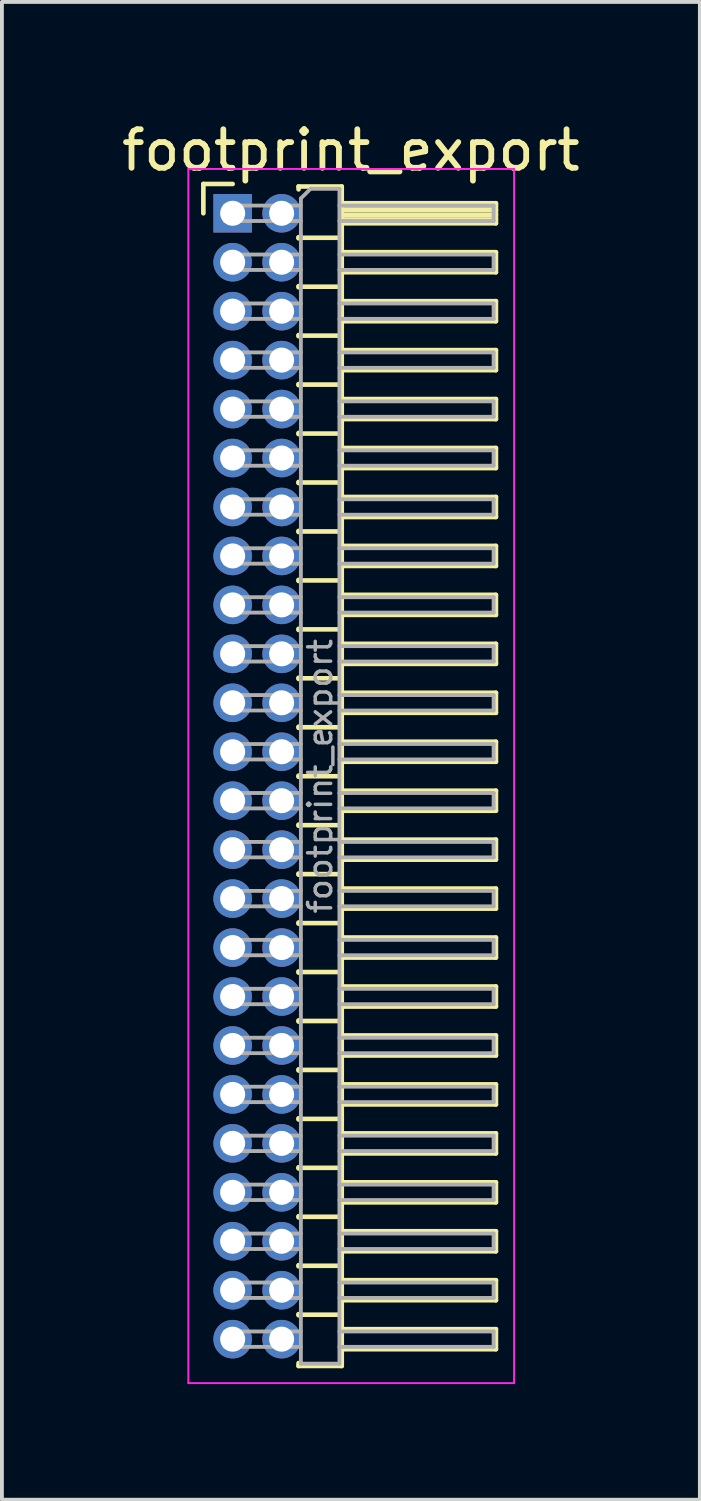
<source format=kicad_pcb>
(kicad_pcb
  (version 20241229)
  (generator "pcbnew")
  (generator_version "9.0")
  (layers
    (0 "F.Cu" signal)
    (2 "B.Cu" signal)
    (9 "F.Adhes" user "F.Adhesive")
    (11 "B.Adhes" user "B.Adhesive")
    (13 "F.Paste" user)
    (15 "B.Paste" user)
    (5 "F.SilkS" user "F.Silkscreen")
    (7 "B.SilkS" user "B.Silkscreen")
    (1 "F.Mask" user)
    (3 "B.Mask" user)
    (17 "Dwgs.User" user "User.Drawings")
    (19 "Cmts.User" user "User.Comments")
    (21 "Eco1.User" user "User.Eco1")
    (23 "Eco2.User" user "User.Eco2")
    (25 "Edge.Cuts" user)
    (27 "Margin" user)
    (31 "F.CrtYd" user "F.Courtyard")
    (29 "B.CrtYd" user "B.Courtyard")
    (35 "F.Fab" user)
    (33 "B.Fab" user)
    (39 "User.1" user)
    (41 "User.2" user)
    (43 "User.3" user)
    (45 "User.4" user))
  (footprint "footprint_export"
    (layer "F.Cu")
    (at 2.986 2.483)
    (property "Reference" "footprint_export" (at 3.067 -1.635 0) (layer "F.SilkS") (effects (font (size 1 1) (thickness 0.15))))
    (attr through_hole)
    (fp_line (start -0.76 -0.76) (end 0 -0.76) (stroke (width 0.12) (type solid)) (layer "F.SilkS"))
    (fp_line (start -0.76 0) (end -0.76 -0.76) (stroke (width 0.12) (type solid)) (layer "F.SilkS"))
    (fp_line (start 1.71 -0.695) (end 2.83 -0.695) (stroke (width 0.12) (type solid)) (layer "F.SilkS"))
    (fp_line (start 1.71 -0.62) (end 1.71 -0.695) (stroke (width 0.12) (type solid)) (layer "F.SilkS"))
    (fp_line (start 1.71 0.62) (end 1.71 0.65) (stroke (width 0.12) (type solid)) (layer "F.SilkS"))
    (fp_line (start 1.71 0.635) (end 2.83 0.635) (stroke (width 0.12) (type solid)) (layer "F.SilkS"))
    (fp_line (start 1.71 1.89) (end 1.71 1.92) (stroke (width 0.12) (type solid)) (layer "F.SilkS"))
    (fp_line (start 1.71 1.905) (end 2.83 1.905) (stroke (width 0.12) (type solid)) (layer "F.SilkS"))
    (fp_line (start 1.71 3.16) (end 1.71 3.19) (stroke (width 0.12) (type solid)) (layer "F.SilkS"))
    (fp_line (start 1.71 3.175) (end 2.83 3.175) (stroke (width 0.12) (type solid)) (layer "F.SilkS"))
    (fp_line (start 1.71 4.43) (end 1.71 4.46) (stroke (width 0.12) (type solid)) (layer "F.SilkS"))
    (fp_line (start 1.71 4.445) (end 2.83 4.445) (stroke (width 0.12) (type solid)) (layer "F.SilkS"))
    (fp_line (start 1.71 5.7) (end 1.71 5.73) (stroke (width 0.12) (type solid)) (layer "F.SilkS"))
    (fp_line (start 1.71 5.715) (end 2.83 5.715) (stroke (width 0.12) (type solid)) (layer "F.SilkS"))
    (fp_line (start 1.71 6.97) (end 1.71 7) (stroke (width 0.12) (type solid)) (layer "F.SilkS"))
    (fp_line (start 1.71 6.985) (end 2.83 6.985) (stroke (width 0.12) (type solid)) (layer "F.SilkS"))
    (fp_line (start 1.71 8.24) (end 1.71 8.27) (stroke (width 0.12) (type solid)) (layer "F.SilkS"))
    (fp_line (start 1.71 8.255) (end 2.83 8.255) (stroke (width 0.12) (type solid)) (layer "F.SilkS"))
    (fp_line (start 1.71 9.51) (end 1.71 9.54) (stroke (width 0.12) (type solid)) (layer "F.SilkS"))
    (fp_line (start 1.71 9.525) (end 2.83 9.525) (stroke (width 0.12) (type solid)) (layer "F.SilkS"))
    (fp_line (start 1.71 10.78) (end 1.71 10.81) (stroke (width 0.12) (type solid)) (layer "F.SilkS"))
    (fp_line (start 1.71 10.795) (end 2.83 10.795) (stroke (width 0.12) (type solid)) (layer "F.SilkS"))
    (fp_line (start 1.71 12.05) (end 1.71 12.08) (stroke (width 0.12) (type solid)) (layer "F.SilkS"))
    (fp_line (start 1.71 12.065) (end 2.83 12.065) (stroke (width 0.12) (type solid)) (layer "F.SilkS"))
    (fp_line (start 1.71 13.32) (end 1.71 13.35) (stroke (width 0.12) (type solid)) (layer "F.SilkS"))
    (fp_line (start 1.71 13.335) (end 2.83 13.335) (stroke (width 0.12) (type solid)) (layer "F.SilkS"))
    (fp_line (start 1.71 14.59) (end 1.71 14.62) (stroke (width 0.12) (type solid)) (layer "F.SilkS"))
    (fp_line (start 1.71 14.605) (end 2.83 14.605) (stroke (width 0.12) (type solid)) (layer "F.SilkS"))
    (fp_line (start 1.71 15.86) (end 1.71 15.89) (stroke (width 0.12) (type solid)) (layer "F.SilkS"))
    (fp_line (start 1.71 15.875) (end 2.83 15.875) (stroke (width 0.12) (type solid)) (layer "F.SilkS"))
    (fp_line (start 1.71 17.13) (end 1.71 17.16) (stroke (width 0.12) (type solid)) (layer "F.SilkS"))
    (fp_line (start 1.71 17.145) (end 2.83 17.145) (stroke (width 0.12) (type solid)) (layer "F.SilkS"))
    (fp_line (start 1.71 18.4) (end 1.71 18.43) (stroke (width 0.12) (type solid)) (layer "F.SilkS"))
    (fp_line (start 1.71 18.415) (end 2.83 18.415) (stroke (width 0.12) (type solid)) (layer "F.SilkS"))
    (fp_line (start 1.71 19.67) (end 1.71 19.7) (stroke (width 0.12) (type solid)) (layer "F.SilkS"))
    (fp_line (start 1.71 19.685) (end 2.83 19.685) (stroke (width 0.12) (type solid)) (layer "F.SilkS"))
    (fp_line (start 1.71 20.94) (end 1.71 20.97) (stroke (width 0.12) (type solid)) (layer "F.SilkS"))
    (fp_line (start 1.71 20.955) (end 2.83 20.955) (stroke (width 0.12) (type solid)) (layer "F.SilkS"))
    (fp_line (start 1.71 22.21) (end 1.71 22.24) (stroke (width 0.12) (type solid)) (layer "F.SilkS"))
    (fp_line (start 1.71 22.225) (end 2.83 22.225) (stroke (width 0.12) (type solid)) (layer "F.SilkS"))
    (fp_line (start 1.71 23.48) (end 1.71 23.51) (stroke (width 0.12) (type solid)) (layer "F.SilkS"))
    (fp_line (start 1.71 23.495) (end 2.83 23.495) (stroke (width 0.12) (type solid)) (layer "F.SilkS"))
    (fp_line (start 1.71 24.75) (end 1.71 24.78) (stroke (width 0.12) (type solid)) (layer "F.SilkS"))
    (fp_line (start 1.71 24.765) (end 2.83 24.765) (stroke (width 0.12) (type solid)) (layer "F.SilkS"))
    (fp_line (start 1.71 26.02) (end 1.71 26.05) (stroke (width 0.12) (type solid)) (layer "F.SilkS"))
    (fp_line (start 1.71 26.035) (end 2.83 26.035) (stroke (width 0.12) (type solid)) (layer "F.SilkS"))
    (fp_line (start 1.71 27.29) (end 1.71 27.32) (stroke (width 0.12) (type solid)) (layer "F.SilkS"))
    (fp_line (start 1.71 27.305) (end 2.83 27.305) (stroke (width 0.12) (type solid)) (layer "F.SilkS"))
    (fp_line (start 1.71 28.56) (end 1.71 28.59) (stroke (width 0.12) (type solid)) (layer "F.SilkS"))
    (fp_line (start 1.71 28.575) (end 2.83 28.575) (stroke (width 0.12) (type solid)) (layer "F.SilkS"))
    (fp_line (start 1.71 29.905) (end 1.71 29.83) (stroke (width 0.12) (type solid)) (layer "F.SilkS"))
    (fp_line (start 2.83 -0.695) (end 2.83 29.905) (stroke (width 0.12) (type solid)) (layer "F.SilkS"))
    (fp_line (start 2.83 -0.26) (end 6.83 -0.26) (stroke (width 0.12) (type solid)) (layer "F.SilkS"))
    (fp_line (start 2.83 -0.2) (end 6.83 -0.2) (stroke (width 0.12) (type solid)) (layer "F.SilkS"))
    (fp_line (start 2.83 -0.08) (end 6.83 -0.08) (stroke (width 0.12) (type solid)) (layer "F.SilkS"))
    (fp_line (start 2.83 0.04) (end 6.83 0.04) (stroke (width 0.12) (type solid)) (layer "F.SilkS"))
    (fp_line (start 2.83 0.16) (end 6.83 0.16) (stroke (width 0.12) (type solid)) (layer "F.SilkS"))
    (fp_line (start 2.83 1.01) (end 6.83 1.01) (stroke (width 0.12) (type solid)) (layer "F.SilkS"))
    (fp_line (start 2.83 2.28) (end 6.83 2.28) (stroke (width 0.12) (type solid)) (layer "F.SilkS"))
    (fp_line (start 2.83 3.55) (end 6.83 3.55) (stroke (width 0.12) (type solid)) (layer "F.SilkS"))
    (fp_line (start 2.83 4.82) (end 6.83 4.82) (stroke (width 0.12) (type solid)) (layer "F.SilkS"))
    (fp_line (start 2.83 6.09) (end 6.83 6.09) (stroke (width 0.12) (type solid)) (layer "F.SilkS"))
    (fp_line (start 2.83 7.36) (end 6.83 7.36) (stroke (width 0.12) (type solid)) (layer "F.SilkS"))
    (fp_line (start 2.83 8.63) (end 6.83 8.63) (stroke (width 0.12) (type solid)) (layer "F.SilkS"))
    (fp_line (start 2.83 9.9) (end 6.83 9.9) (stroke (width 0.12) (type solid)) (layer "F.SilkS"))
    (fp_line (start 2.83 11.17) (end 6.83 11.17) (stroke (width 0.12) (type solid)) (layer "F.SilkS"))
    (fp_line (start 2.83 12.44) (end 6.83 12.44) (stroke (width 0.12) (type solid)) (layer "F.SilkS"))
    (fp_line (start 2.83 13.71) (end 6.83 13.71) (stroke (width 0.12) (type solid)) (layer "F.SilkS"))
    (fp_line (start 2.83 14.98) (end 6.83 14.98) (stroke (width 0.12) (type solid)) (layer "F.SilkS"))
    (fp_line (start 2.83 16.25) (end 6.83 16.25) (stroke (width 0.12) (type solid)) (layer "F.SilkS"))
    (fp_line (start 2.83 17.52) (end 6.83 17.52) (stroke (width 0.12) (type solid)) (layer "F.SilkS"))
    (fp_line (start 2.83 18.79) (end 6.83 18.79) (stroke (width 0.12) (type solid)) (layer "F.SilkS"))
    (fp_line (start 2.83 20.06) (end 6.83 20.06) (stroke (width 0.12) (type solid)) (layer "F.SilkS"))
    (fp_line (start 2.83 21.33) (end 6.83 21.33) (stroke (width 0.12) (type solid)) (layer "F.SilkS"))
    (fp_line (start 2.83 22.6) (end 6.83 22.6) (stroke (width 0.12) (type solid)) (layer "F.SilkS"))
    (fp_line (start 2.83 23.87) (end 6.83 23.87) (stroke (width 0.12) (type solid)) (layer "F.SilkS"))
    (fp_line (start 2.83 25.14) (end 6.83 25.14) (stroke (width 0.12) (type solid)) (layer "F.SilkS"))
    (fp_line (start 2.83 26.41) (end 6.83 26.41) (stroke (width 0.12) (type solid)) (layer "F.SilkS"))
    (fp_line (start 2.83 27.68) (end 6.83 27.68) (stroke (width 0.12) (type solid)) (layer "F.SilkS"))
    (fp_line (start 2.83 28.95) (end 6.83 28.95) (stroke (width 0.12) (type solid)) (layer "F.SilkS"))
    (fp_line (start 2.83 29.905) (end 1.71 29.905) (stroke (width 0.12) (type solid)) (layer "F.SilkS"))
    (fp_line (start 6.83 -0.26) (end 6.83 0.26) (stroke (width 0.12) (type solid)) (layer "F.SilkS"))
    (fp_line (start 6.83 0.26) (end 2.83 0.26) (stroke (width 0.12) (type solid)) (layer "F.SilkS"))
    (fp_line (start 6.83 1.01) (end 6.83 1.53) (stroke (width 0.12) (type solid)) (layer "F.SilkS"))
    (fp_line (start 6.83 1.53) (end 2.83 1.53) (stroke (width 0.12) (type solid)) (layer "F.SilkS"))
    (fp_line (start 6.83 2.28) (end 6.83 2.8) (stroke (width 0.12) (type solid)) (layer "F.SilkS"))
    (fp_line (start 6.83 2.8) (end 2.83 2.8) (stroke (width 0.12) (type solid)) (layer "F.SilkS"))
    (fp_line (start 6.83 3.55) (end 6.83 4.07) (stroke (width 0.12) (type solid)) (layer "F.SilkS"))
    (fp_line (start 6.83 4.07) (end 2.83 4.07) (stroke (width 0.12) (type solid)) (layer "F.SilkS"))
    (fp_line (start 6.83 4.82) (end 6.83 5.34) (stroke (width 0.12) (type solid)) (layer "F.SilkS"))
    (fp_line (start 6.83 5.34) (end 2.83 5.34) (stroke (width 0.12) (type solid)) (layer "F.SilkS"))
    (fp_line (start 6.83 6.09) (end 6.83 6.61) (stroke (width 0.12) (type solid)) (layer "F.SilkS"))
    (fp_line (start 6.83 6.61) (end 2.83 6.61) (stroke (width 0.12) (type solid)) (layer "F.SilkS"))
    (fp_line (start 6.83 7.36) (end 6.83 7.88) (stroke (width 0.12) (type solid)) (layer "F.SilkS"))
    (fp_line (start 6.83 7.88) (end 2.83 7.88) (stroke (width 0.12) (type solid)) (layer "F.SilkS"))
    (fp_line (start 6.83 8.63) (end 6.83 9.15) (stroke (width 0.12) (type solid)) (layer "F.SilkS"))
    (fp_line (start 6.83 9.15) (end 2.83 9.15) (stroke (width 0.12) (type solid)) (layer "F.SilkS"))
    (fp_line (start 6.83 9.9) (end 6.83 10.42) (stroke (width 0.12) (type solid)) (layer "F.SilkS"))
    (fp_line (start 6.83 10.42) (end 2.83 10.42) (stroke (width 0.12) (type solid)) (layer "F.SilkS"))
    (fp_line (start 6.83 11.17) (end 6.83 11.69) (stroke (width 0.12) (type solid)) (layer "F.SilkS"))
    (fp_line (start 6.83 11.69) (end 2.83 11.69) (stroke (width 0.12) (type solid)) (layer "F.SilkS"))
    (fp_line (start 6.83 12.44) (end 6.83 12.96) (stroke (width 0.12) (type solid)) (layer "F.SilkS"))
    (fp_line (start 6.83 12.96) (end 2.83 12.96) (stroke (width 0.12) (type solid)) (layer "F.SilkS"))
    (fp_line (start 6.83 13.71) (end 6.83 14.23) (stroke (width 0.12) (type solid)) (layer "F.SilkS"))
    (fp_line (start 6.83 14.23) (end 2.83 14.23) (stroke (width 0.12) (type solid)) (layer "F.SilkS"))
    (fp_line (start 6.83 14.98) (end 6.83 15.5) (stroke (width 0.12) (type solid)) (layer "F.SilkS"))
    (fp_line (start 6.83 15.5) (end 2.83 15.5) (stroke (width 0.12) (type solid)) (layer "F.SilkS"))
    (fp_line (start 6.83 16.25) (end 6.83 16.77) (stroke (width 0.12) (type solid)) (layer "F.SilkS"))
    (fp_line (start 6.83 16.77) (end 2.83 16.77) (stroke (width 0.12) (type solid)) (layer "F.SilkS"))
    (fp_line (start 6.83 17.52) (end 6.83 18.04) (stroke (width 0.12) (type solid)) (layer "F.SilkS"))
    (fp_line (start 6.83 18.04) (end 2.83 18.04) (stroke (width 0.12) (type solid)) (layer "F.SilkS"))
    (fp_line (start 6.83 18.79) (end 6.83 19.31) (stroke (width 0.12) (type solid)) (layer "F.SilkS"))
    (fp_line (start 6.83 19.31) (end 2.83 19.31) (stroke (width 0.12) (type solid)) (layer "F.SilkS"))
    (fp_line (start 6.83 20.06) (end 6.83 20.58) (stroke (width 0.12) (type solid)) (layer "F.SilkS"))
    (fp_line (start 6.83 20.58) (end 2.83 20.58) (stroke (width 0.12) (type solid)) (layer "F.SilkS"))
    (fp_line (start 6.83 21.33) (end 6.83 21.85) (stroke (width 0.12) (type solid)) (layer "F.SilkS"))
    (fp_line (start 6.83 21.85) (end 2.83 21.85) (stroke (width 0.12) (type solid)) (layer "F.SilkS"))
    (fp_line (start 6.83 22.6) (end 6.83 23.12) (stroke (width 0.12) (type solid)) (layer "F.SilkS"))
    (fp_line (start 6.83 23.12) (end 2.83 23.12) (stroke (width 0.12) (type solid)) (layer "F.SilkS"))
    (fp_line (start 6.83 23.87) (end 6.83 24.39) (stroke (width 0.12) (type solid)) (layer "F.SilkS"))
    (fp_line (start 6.83 24.39) (end 2.83 24.39) (stroke (width 0.12) (type solid)) (layer "F.SilkS"))
    (fp_line (start 6.83 25.14) (end 6.83 25.66) (stroke (width 0.12) (type solid)) (layer "F.SilkS"))
    (fp_line (start 6.83 25.66) (end 2.83 25.66) (stroke (width 0.12) (type solid)) (layer "F.SilkS"))
    (fp_line (start 6.83 26.41) (end 6.83 26.93) (stroke (width 0.12) (type solid)) (layer "F.SilkS"))
    (fp_line (start 6.83 26.93) (end 2.83 26.93) (stroke (width 0.12) (type solid)) (layer "F.SilkS"))
    (fp_line (start 6.83 27.68) (end 6.83 28.2) (stroke (width 0.12) (type solid)) (layer "F.SilkS"))
    (fp_line (start 6.83 28.2) (end 2.83 28.2) (stroke (width 0.12) (type solid)) (layer "F.SilkS"))
    (fp_line (start 6.83 28.95) (end 6.83 29.47) (stroke (width 0.12) (type solid)) (layer "F.SilkS"))
    (fp_line (start 6.83 29.47) (end 2.83 29.47) (stroke (width 0.12) (type solid)) (layer "F.SilkS"))
    (fp_line (start -1.15 -1.15) (end -1.15 30.35) (stroke (width 0.05) (type solid)) (layer "F.CrtYd"))
    (fp_line (start -1.15 30.35) (end 7.3 30.35) (stroke (width 0.05) (type solid)) (layer "F.CrtYd"))
    (fp_line (start 7.3 -1.15) (end -1.15 -1.15) (stroke (width 0.05) (type solid)) (layer "F.CrtYd"))
    (fp_line (start 7.3 30.35) (end 7.3 -1.15) (stroke (width 0.05) (type solid)) (layer "F.CrtYd"))
    (fp_line (start -0.2 -0.2) (end -0.2 0.2) (stroke (width 0.1) (type solid)) (layer "F.Fab"))
    (fp_line (start -0.2 -0.2) (end 1.77 -0.2) (stroke (width 0.1) (type solid)) (layer "F.Fab"))
    (fp_line (start -0.2 0.2) (end 1.77 0.2) (stroke (width 0.1) (type solid)) (layer "F.Fab"))
    (fp_line (start -0.2 1.07) (end -0.2 1.47) (stroke (width 0.1) (type solid)) (layer "F.Fab"))
    (fp_line (start -0.2 1.07) (end 1.77 1.07) (stroke (width 0.1) (type solid)) (layer "F.Fab"))
    (fp_line (start -0.2 1.47) (end 1.77 1.47) (stroke (width 0.1) (type solid)) (layer "F.Fab"))
    (fp_line (start -0.2 2.34) (end -0.2 2.74) (stroke (width 0.1) (type solid)) (layer "F.Fab"))
    (fp_line (start -0.2 2.34) (end 1.77 2.34) (stroke (width 0.1) (type solid)) (layer "F.Fab"))
    (fp_line (start -0.2 2.74) (end 1.77 2.74) (stroke (width 0.1) (type solid)) (layer "F.Fab"))
    (fp_line (start -0.2 3.61) (end -0.2 4.01) (stroke (width 0.1) (type solid)) (layer "F.Fab"))
    (fp_line (start -0.2 3.61) (end 1.77 3.61) (stroke (width 0.1) (type solid)) (layer "F.Fab"))
    (fp_line (start -0.2 4.01) (end 1.77 4.01) (stroke (width 0.1) (type solid)) (layer "F.Fab"))
    (fp_line (start -0.2 4.88) (end -0.2 5.28) (stroke (width 0.1) (type solid)) (layer "F.Fab"))
    (fp_line (start -0.2 4.88) (end 1.77 4.88) (stroke (width 0.1) (type solid)) (layer "F.Fab"))
    (fp_line (start -0.2 5.28) (end 1.77 5.28) (stroke (width 0.1) (type solid)) (layer "F.Fab"))
    (fp_line (start -0.2 6.15) (end -0.2 6.55) (stroke (width 0.1) (type solid)) (layer "F.Fab"))
    (fp_line (start -0.2 6.15) (end 1.77 6.15) (stroke (width 0.1) (type solid)) (layer "F.Fab"))
    (fp_line (start -0.2 6.55) (end 1.77 6.55) (stroke (width 0.1) (type solid)) (layer "F.Fab"))
    (fp_line (start -0.2 7.42) (end -0.2 7.82) (stroke (width 0.1) (type solid)) (layer "F.Fab"))
    (fp_line (start -0.2 7.42) (end 1.77 7.42) (stroke (width 0.1) (type solid)) (layer "F.Fab"))
    (fp_line (start -0.2 7.82) (end 1.77 7.82) (stroke (width 0.1) (type solid)) (layer "F.Fab"))
    (fp_line (start -0.2 8.69) (end -0.2 9.09) (stroke (width 0.1) (type solid)) (layer "F.Fab"))
    (fp_line (start -0.2 8.69) (end 1.77 8.69) (stroke (width 0.1) (type solid)) (layer "F.Fab"))
    (fp_line (start -0.2 9.09) (end 1.77 9.09) (stroke (width 0.1) (type solid)) (layer "F.Fab"))
    (fp_line (start -0.2 9.96) (end -0.2 10.36) (stroke (width 0.1) (type solid)) (layer "F.Fab"))
    (fp_line (start -0.2 9.96) (end 1.77 9.96) (stroke (width 0.1) (type solid)) (layer "F.Fab"))
    (fp_line (start -0.2 10.36) (end 1.77 10.36) (stroke (width 0.1) (type solid)) (layer "F.Fab"))
    (fp_line (start -0.2 11.23) (end -0.2 11.63) (stroke (width 0.1) (type solid)) (layer "F.Fab"))
    (fp_line (start -0.2 11.23) (end 1.77 11.23) (stroke (width 0.1) (type solid)) (layer "F.Fab"))
    (fp_line (start -0.2 11.63) (end 1.77 11.63) (stroke (width 0.1) (type solid)) (layer "F.Fab"))
    (fp_line (start -0.2 12.5) (end -0.2 12.9) (stroke (width 0.1) (type solid)) (layer "F.Fab"))
    (fp_line (start -0.2 12.5) (end 1.77 12.5) (stroke (width 0.1) (type solid)) (layer "F.Fab"))
    (fp_line (start -0.2 12.9) (end 1.77 12.9) (stroke (width 0.1) (type solid)) (layer "F.Fab"))
    (fp_line (start -0.2 13.77) (end -0.2 14.17) (stroke (width 0.1) (type solid)) (layer "F.Fab"))
    (fp_line (start -0.2 13.77) (end 1.77 13.77) (stroke (width 0.1) (type solid)) (layer "F.Fab"))
    (fp_line (start -0.2 14.17) (end 1.77 14.17) (stroke (width 0.1) (type solid)) (layer "F.Fab"))
    (fp_line (start -0.2 15.04) (end -0.2 15.44) (stroke (width 0.1) (type solid)) (layer "F.Fab"))
    (fp_line (start -0.2 15.04) (end 1.77 15.04) (stroke (width 0.1) (type solid)) (layer "F.Fab"))
    (fp_line (start -0.2 15.44) (end 1.77 15.44) (stroke (width 0.1) (type solid)) (layer "F.Fab"))
    (fp_line (start -0.2 16.31) (end -0.2 16.71) (stroke (width 0.1) (type solid)) (layer "F.Fab"))
    (fp_line (start -0.2 16.31) (end 1.77 16.31) (stroke (width 0.1) (type solid)) (layer "F.Fab"))
    (fp_line (start -0.2 16.71) (end 1.77 16.71) (stroke (width 0.1) (type solid)) (layer "F.Fab"))
    (fp_line (start -0.2 17.58) (end -0.2 17.98) (stroke (width 0.1) (type solid)) (layer "F.Fab"))
    (fp_line (start -0.2 17.58) (end 1.77 17.58) (stroke (width 0.1) (type solid)) (layer "F.Fab"))
    (fp_line (start -0.2 17.98) (end 1.77 17.98) (stroke (width 0.1) (type solid)) (layer "F.Fab"))
    (fp_line (start -0.2 18.85) (end -0.2 19.25) (stroke (width 0.1) (type solid)) (layer "F.Fab"))
    (fp_line (start -0.2 18.85) (end 1.77 18.85) (stroke (width 0.1) (type solid)) (layer "F.Fab"))
    (fp_line (start -0.2 19.25) (end 1.77 19.25) (stroke (width 0.1) (type solid)) (layer "F.Fab"))
    (fp_line (start -0.2 20.12) (end -0.2 20.52) (stroke (width 0.1) (type solid)) (layer "F.Fab"))
    (fp_line (start -0.2 20.12) (end 1.77 20.12) (stroke (width 0.1) (type solid)) (layer "F.Fab"))
    (fp_line (start -0.2 20.52) (end 1.77 20.52) (stroke (width 0.1) (type solid)) (layer "F.Fab"))
    (fp_line (start -0.2 21.39) (end -0.2 21.79) (stroke (width 0.1) (type solid)) (layer "F.Fab"))
    (fp_line (start -0.2 21.39) (end 1.77 21.39) (stroke (width 0.1) (type solid)) (layer "F.Fab"))
    (fp_line (start -0.2 21.79) (end 1.77 21.79) (stroke (width 0.1) (type solid)) (layer "F.Fab"))
    (fp_line (start -0.2 22.66) (end -0.2 23.06) (stroke (width 0.1) (type solid)) (layer "F.Fab"))
    (fp_line (start -0.2 22.66) (end 1.77 22.66) (stroke (width 0.1) (type solid)) (layer "F.Fab"))
    (fp_line (start -0.2 23.06) (end 1.77 23.06) (stroke (width 0.1) (type solid)) (layer "F.Fab"))
    (fp_line (start -0.2 23.93) (end -0.2 24.33) (stroke (width 0.1) (type solid)) (layer "F.Fab"))
    (fp_line (start -0.2 23.93) (end 1.77 23.93) (stroke (width 0.1) (type solid)) (layer "F.Fab"))
    (fp_line (start -0.2 24.33) (end 1.77 24.33) (stroke (width 0.1) (type solid)) (layer "F.Fab"))
    (fp_line (start -0.2 25.2) (end -0.2 25.6) (stroke (width 0.1) (type solid)) (layer "F.Fab"))
    (fp_line (start -0.2 25.2) (end 1.77 25.2) (stroke (width 0.1) (type solid)) (layer "F.Fab"))
    (fp_line (start -0.2 25.6) (end 1.77 25.6) (stroke (width 0.1) (type solid)) (layer "F.Fab"))
    (fp_line (start -0.2 26.47) (end -0.2 26.87) (stroke (width 0.1) (type solid)) (layer "F.Fab"))
    (fp_line (start -0.2 26.47) (end 1.77 26.47) (stroke (width 0.1) (type solid)) (layer "F.Fab"))
    (fp_line (start -0.2 26.87) (end 1.77 26.87) (stroke (width 0.1) (type solid)) (layer "F.Fab"))
    (fp_line (start -0.2 27.74) (end -0.2 28.14) (stroke (width 0.1) (type solid)) (layer "F.Fab"))
    (fp_line (start -0.2 27.74) (end 1.77 27.74) (stroke (width 0.1) (type solid)) (layer "F.Fab"))
    (fp_line (start -0.2 28.14) (end 1.77 28.14) (stroke (width 0.1) (type solid)) (layer "F.Fab"))
    (fp_line (start -0.2 29.01) (end -0.2 29.41) (stroke (width 0.1) (type solid)) (layer "F.Fab"))
    (fp_line (start -0.2 29.01) (end 1.77 29.01) (stroke (width 0.1) (type solid)) (layer "F.Fab"))
    (fp_line (start -0.2 29.41) (end 1.77 29.41) (stroke (width 0.1) (type solid)) (layer "F.Fab"))
    (fp_line (start 1.77 -0.385) (end 2.02 -0.635) (stroke (width 0.1) (type solid)) (layer "F.Fab"))
    (fp_line (start 1.77 29.845) (end 1.77 -0.385) (stroke (width 0.1) (type solid)) (layer "F.Fab"))
    (fp_line (start 2.02 -0.635) (end 2.77 -0.635) (stroke (width 0.1) (type solid)) (layer "F.Fab"))
    (fp_line (start 2.77 -0.635) (end 2.77 29.845) (stroke (width 0.1) (type solid)) (layer "F.Fab"))
    (fp_line (start 2.77 -0.2) (end 6.77 -0.2) (stroke (width 0.1) (type solid)) (layer "F.Fab"))
    (fp_line (start 2.77 0.2) (end 6.77 0.2) (stroke (width 0.1) (type solid)) (layer "F.Fab"))
    (fp_line (start 2.77 1.07) (end 6.77 1.07) (stroke (width 0.1) (type solid)) (layer "F.Fab"))
    (fp_line (start 2.77 1.47) (end 6.77 1.47) (stroke (width 0.1) (type solid)) (layer "F.Fab"))
    (fp_line (start 2.77 2.34) (end 6.77 2.34) (stroke (width 0.1) (type solid)) (layer "F.Fab"))
    (fp_line (start 2.77 2.74) (end 6.77 2.74) (stroke (width 0.1) (type solid)) (layer "F.Fab"))
    (fp_line (start 2.77 3.61) (end 6.77 3.61) (stroke (width 0.1) (type solid)) (layer "F.Fab"))
    (fp_line (start 2.77 4.01) (end 6.77 4.01) (stroke (width 0.1) (type solid)) (layer "F.Fab"))
    (fp_line (start 2.77 4.88) (end 6.77 4.88) (stroke (width 0.1) (type solid)) (layer "F.Fab"))
    (fp_line (start 2.77 5.28) (end 6.77 5.28) (stroke (width 0.1) (type solid)) (layer "F.Fab"))
    (fp_line (start 2.77 6.15) (end 6.77 6.15) (stroke (width 0.1) (type solid)) (layer "F.Fab"))
    (fp_line (start 2.77 6.55) (end 6.77 6.55) (stroke (width 0.1) (type solid)) (layer "F.Fab"))
    (fp_line (start 2.77 7.42) (end 6.77 7.42) (stroke (width 0.1) (type solid)) (layer "F.Fab"))
    (fp_line (start 2.77 7.82) (end 6.77 7.82) (stroke (width 0.1) (type solid)) (layer "F.Fab"))
    (fp_line (start 2.77 8.69) (end 6.77 8.69) (stroke (width 0.1) (type solid)) (layer "F.Fab"))
    (fp_line (start 2.77 9.09) (end 6.77 9.09) (stroke (width 0.1) (type solid)) (layer "F.Fab"))
    (fp_line (start 2.77 9.96) (end 6.77 9.96) (stroke (width 0.1) (type solid)) (layer "F.Fab"))
    (fp_line (start 2.77 10.36) (end 6.77 10.36) (stroke (width 0.1) (type solid)) (layer "F.Fab"))
    (fp_line (start 2.77 11.23) (end 6.77 11.23) (stroke (width 0.1) (type solid)) (layer "F.Fab"))
    (fp_line (start 2.77 11.63) (end 6.77 11.63) (stroke (width 0.1) (type solid)) (layer "F.Fab"))
    (fp_line (start 2.77 12.5) (end 6.77 12.5) (stroke (width 0.1) (type solid)) (layer "F.Fab"))
    (fp_line (start 2.77 12.9) (end 6.77 12.9) (stroke (width 0.1) (type solid)) (layer "F.Fab"))
    (fp_line (start 2.77 13.77) (end 6.77 13.77) (stroke (width 0.1) (type solid)) (layer "F.Fab"))
    (fp_line (start 2.77 14.17) (end 6.77 14.17) (stroke (width 0.1) (type solid)) (layer "F.Fab"))
    (fp_line (start 2.77 15.04) (end 6.77 15.04) (stroke (width 0.1) (type solid)) (layer "F.Fab"))
    (fp_line (start 2.77 15.44) (end 6.77 15.44) (stroke (width 0.1) (type solid)) (layer "F.Fab"))
    (fp_line (start 2.77 16.31) (end 6.77 16.31) (stroke (width 0.1) (type solid)) (layer "F.Fab"))
    (fp_line (start 2.77 16.71) (end 6.77 16.71) (stroke (width 0.1) (type solid)) (layer "F.Fab"))
    (fp_line (start 2.77 17.58) (end 6.77 17.58) (stroke (width 0.1) (type solid)) (layer "F.Fab"))
    (fp_line (start 2.77 17.98) (end 6.77 17.98) (stroke (width 0.1) (type solid)) (layer "F.Fab"))
    (fp_line (start 2.77 18.85) (end 6.77 18.85) (stroke (width 0.1) (type solid)) (layer "F.Fab"))
    (fp_line (start 2.77 19.25) (end 6.77 19.25) (stroke (width 0.1) (type solid)) (layer "F.Fab"))
    (fp_line (start 2.77 20.12) (end 6.77 20.12) (stroke (width 0.1) (type solid)) (layer "F.Fab"))
    (fp_line (start 2.77 20.52) (end 6.77 20.52) (stroke (width 0.1) (type solid)) (layer "F.Fab"))
    (fp_line (start 2.77 21.39) (end 6.77 21.39) (stroke (width 0.1) (type solid)) (layer "F.Fab"))
    (fp_line (start 2.77 21.79) (end 6.77 21.79) (stroke (width 0.1) (type solid)) (layer "F.Fab"))
    (fp_line (start 2.77 22.66) (end 6.77 22.66) (stroke (width 0.1) (type solid)) (layer "F.Fab"))
    (fp_line (start 2.77 23.06) (end 6.77 23.06) (stroke (width 0.1) (type solid)) (layer "F.Fab"))
    (fp_line (start 2.77 23.93) (end 6.77 23.93) (stroke (width 0.1) (type solid)) (layer "F.Fab"))
    (fp_line (start 2.77 24.33) (end 6.77 24.33) (stroke (width 0.1) (type solid)) (layer "F.Fab"))
    (fp_line (start 2.77 25.2) (end 6.77 25.2) (stroke (width 0.1) (type solid)) (layer "F.Fab"))
    (fp_line (start 2.77 25.6) (end 6.77 25.6) (stroke (width 0.1) (type solid)) (layer "F.Fab"))
    (fp_line (start 2.77 26.47) (end 6.77 26.47) (stroke (width 0.1) (type solid)) (layer "F.Fab"))
    (fp_line (start 2.77 26.87) (end 6.77 26.87) (stroke (width 0.1) (type solid)) (layer "F.Fab"))
    (fp_line (start 2.77 27.74) (end 6.77 27.74) (stroke (width 0.1) (type solid)) (layer "F.Fab"))
    (fp_line (start 2.77 28.14) (end 6.77 28.14) (stroke (width 0.1) (type solid)) (layer "F.Fab"))
    (fp_line (start 2.77 29.01) (end 6.77 29.01) (stroke (width 0.1) (type solid)) (layer "F.Fab"))
    (fp_line (start 2.77 29.41) (end 6.77 29.41) (stroke (width 0.1) (type solid)) (layer "F.Fab"))
    (fp_line (start 2.77 29.845) (end 1.77 29.845) (stroke (width 0.1) (type solid)) (layer "F.Fab"))
    (fp_line (start 6.77 -0.2) (end 6.77 0.2) (stroke (width 0.1) (type solid)) (layer "F.Fab"))
    (fp_line (start 6.77 1.07) (end 6.77 1.47) (stroke (width 0.1) (type solid)) (layer "F.Fab"))
    (fp_line (start 6.77 2.34) (end 6.77 2.74) (stroke (width 0.1) (type solid)) (layer "F.Fab"))
    (fp_line (start 6.77 3.61) (end 6.77 4.01) (stroke (width 0.1) (type solid)) (layer "F.Fab"))
    (fp_line (start 6.77 4.88) (end 6.77 5.28) (stroke (width 0.1) (type solid)) (layer "F.Fab"))
    (fp_line (start 6.77 6.15) (end 6.77 6.55) (stroke (width 0.1) (type solid)) (layer "F.Fab"))
    (fp_line (start 6.77 7.42) (end 6.77 7.82) (stroke (width 0.1) (type solid)) (layer "F.Fab"))
    (fp_line (start 6.77 8.69) (end 6.77 9.09) (stroke (width 0.1) (type solid)) (layer "F.Fab"))
    (fp_line (start 6.77 9.96) (end 6.77 10.36) (stroke (width 0.1) (type solid)) (layer "F.Fab"))
    (fp_line (start 6.77 11.23) (end 6.77 11.63) (stroke (width 0.1) (type solid)) (layer "F.Fab"))
    (fp_line (start 6.77 12.5) (end 6.77 12.9) (stroke (width 0.1) (type solid)) (layer "F.Fab"))
    (fp_line (start 6.77 13.77) (end 6.77 14.17) (stroke (width 0.1) (type solid)) (layer "F.Fab"))
    (fp_line (start 6.77 15.04) (end 6.77 15.44) (stroke (width 0.1) (type solid)) (layer "F.Fab"))
    (fp_line (start 6.77 16.31) (end 6.77 16.71) (stroke (width 0.1) (type solid)) (layer "F.Fab"))
    (fp_line (start 6.77 17.58) (end 6.77 17.98) (stroke (width 0.1) (type solid)) (layer "F.Fab"))
    (fp_line (start 6.77 18.85) (end 6.77 19.25) (stroke (width 0.1) (type solid)) (layer "F.Fab"))
    (fp_line (start 6.77 20.12) (end 6.77 20.52) (stroke (width 0.1) (type solid)) (layer "F.Fab"))
    (fp_line (start 6.77 21.39) (end 6.77 21.79) (stroke (width 0.1) (type solid)) (layer "F.Fab"))
    (fp_line (start 6.77 22.66) (end 6.77 23.06) (stroke (width 0.1) (type solid)) (layer "F.Fab"))
    (fp_line (start 6.77 23.93) (end 6.77 24.33) (stroke (width 0.1) (type solid)) (layer "F.Fab"))
    (fp_line (start 6.77 25.2) (end 6.77 25.6) (stroke (width 0.1) (type solid)) (layer "F.Fab"))
    (fp_line (start 6.77 26.47) (end 6.77 26.87) (stroke (width 0.1) (type solid)) (layer "F.Fab"))
    (fp_line (start 6.77 27.74) (end 6.77 28.14) (stroke (width 0.1) (type solid)) (layer "F.Fab"))
    (fp_line (start 6.77 29.01) (end 6.77 29.41) (stroke (width 0.1) (type solid)) (layer "F.Fab"))
    (fp_text user "${REFERENCE}" (at 2.27 14.605 90) (layer "F.Fab") (effects (font (size 0.6 0.6) (thickness 0.09))))
    (pad "1" thru_hole rect (at 0 0) (size 1 1) (drill 0.65) (layers "*.Cu" "*.Mask"))
    (pad "2" thru_hole oval (at 1.27 0) (size 1 1) (drill 0.65) (layers "*.Cu" "*.Mask"))
    (pad "3" thru_hole oval (at 0 1.27) (size 1 1) (drill 0.65) (layers "*.Cu" "*.Mask"))
    (pad "4" thru_hole oval (at 1.27 1.27) (size 1 1) (drill 0.65) (layers "*.Cu" "*.Mask"))
    (pad "5" thru_hole oval (at 0 2.54) (size 1 1) (drill 0.65) (layers "*.Cu" "*.Mask"))
    (pad "6" thru_hole oval (at 1.27 2.54) (size 1 1) (drill 0.65) (layers "*.Cu" "*.Mask"))
    (pad "7" thru_hole oval (at 0 3.81) (size 1 1) (drill 0.65) (layers "*.Cu" "*.Mask"))
    (pad "8" thru_hole oval (at 1.27 3.81) (size 1 1) (drill 0.65) (layers "*.Cu" "*.Mask"))
    (pad "9" thru_hole oval (at 0 5.08) (size 1 1) (drill 0.65) (layers "*.Cu" "*.Mask"))
    (pad "10" thru_hole oval (at 1.27 5.08) (size 1 1) (drill 0.65) (layers "*.Cu" "*.Mask"))
    (pad "11" thru_hole oval (at 0 6.35) (size 1 1) (drill 0.65) (layers "*.Cu" "*.Mask"))
    (pad "12" thru_hole oval (at 1.27 6.35) (size 1 1) (drill 0.65) (layers "*.Cu" "*.Mask"))
    (pad "13" thru_hole oval (at 0 7.62) (size 1 1) (drill 0.65) (layers "*.Cu" "*.Mask"))
    (pad "14" thru_hole oval (at 1.27 7.62) (size 1 1) (drill 0.65) (layers "*.Cu" "*.Mask"))
    (pad "15" thru_hole oval (at 0 8.89) (size 1 1) (drill 0.65) (layers "*.Cu" "*.Mask"))
    (pad "16" thru_hole oval (at 1.27 8.89) (size 1 1) (drill 0.65) (layers "*.Cu" "*.Mask"))
    (pad "17" thru_hole oval (at 0 10.16) (size 1 1) (drill 0.65) (layers "*.Cu" "*.Mask"))
    (pad "18" thru_hole oval (at 1.27 10.16) (size 1 1) (drill 0.65) (layers "*.Cu" "*.Mask"))
    (pad "19" thru_hole oval (at 0 11.43) (size 1 1) (drill 0.65) (layers "*.Cu" "*.Mask"))
    (pad "20" thru_hole oval (at 1.27 11.43) (size 1 1) (drill 0.65) (layers "*.Cu" "*.Mask"))
    (pad "21" thru_hole oval (at 0 12.7) (size 1 1) (drill 0.65) (layers "*.Cu" "*.Mask"))
    (pad "22" thru_hole oval (at 1.27 12.7) (size 1 1) (drill 0.65) (layers "*.Cu" "*.Mask"))
    (pad "23" thru_hole oval (at 0 13.97) (size 1 1) (drill 0.65) (layers "*.Cu" "*.Mask"))
    (pad "24" thru_hole oval (at 1.27 13.97) (size 1 1) (drill 0.65) (layers "*.Cu" "*.Mask"))
    (pad "25" thru_hole oval (at 0 15.24) (size 1 1) (drill 0.65) (layers "*.Cu" "*.Mask"))
    (pad "26" thru_hole oval (at 1.27 15.24) (size 1 1) (drill 0.65) (layers "*.Cu" "*.Mask"))
    (pad "27" thru_hole oval (at 0 16.51) (size 1 1) (drill 0.65) (layers "*.Cu" "*.Mask"))
    (pad "28" thru_hole oval (at 1.27 16.51) (size 1 1) (drill 0.65) (layers "*.Cu" "*.Mask"))
    (pad "29" thru_hole oval (at 0 17.78) (size 1 1) (drill 0.65) (layers "*.Cu" "*.Mask"))
    (pad "30" thru_hole oval (at 1.27 17.78) (size 1 1) (drill 0.65) (layers "*.Cu" "*.Mask"))
    (pad "31" thru_hole oval (at 0 19.05) (size 1 1) (drill 0.65) (layers "*.Cu" "*.Mask"))
    (pad "32" thru_hole oval (at 1.27 19.05) (size 1 1) (drill 0.65) (layers "*.Cu" "*.Mask"))
    (pad "33" thru_hole oval (at 0 20.32) (size 1 1) (drill 0.65) (layers "*.Cu" "*.Mask"))
    (pad "34" thru_hole oval (at 1.27 20.32) (size 1 1) (drill 0.65) (layers "*.Cu" "*.Mask"))
    (pad "35" thru_hole oval (at 0 21.59) (size 1 1) (drill 0.65) (layers "*.Cu" "*.Mask"))
    (pad "36" thru_hole oval (at 1.27 21.59) (size 1 1) (drill 0.65) (layers "*.Cu" "*.Mask"))
    (pad "37" thru_hole oval (at 0 22.86) (size 1 1) (drill 0.65) (layers "*.Cu" "*.Mask"))
    (pad "38" thru_hole oval (at 1.27 22.86) (size 1 1) (drill 0.65) (layers "*.Cu" "*.Mask"))
    (pad "39" thru_hole oval (at 0 24.13) (size 1 1) (drill 0.65) (layers "*.Cu" "*.Mask"))
    (pad "40" thru_hole oval (at 1.27 24.13) (size 1 1) (drill 0.65) (layers "*.Cu" "*.Mask"))
    (pad "41" thru_hole oval (at 0 25.4) (size 1 1) (drill 0.65) (layers "*.Cu" "*.Mask"))
    (pad "42" thru_hole oval (at 1.27 25.4) (size 1 1) (drill 0.65) (layers "*.Cu" "*.Mask"))
    (pad "43" thru_hole oval (at 0 26.67) (size 1 1) (drill 0.65) (layers "*.Cu" "*.Mask"))
    (pad "44" thru_hole oval (at 1.27 26.67) (size 1 1) (drill 0.65) (layers "*.Cu" "*.Mask"))
    (pad "45" thru_hole oval (at 0 27.94) (size 1 1) (drill 0.65) (layers "*.Cu" "*.Mask"))
    (pad "46" thru_hole oval (at 1.27 27.94) (size 1 1) (drill 0.65) (layers "*.Cu" "*.Mask"))
    (pad "47" thru_hole oval (at 0 29.21) (size 1 1) (drill 0.65) (layers "*.Cu" "*.Mask"))
    (pad "48" thru_hole oval (at 1.27 29.21) (size 1 1) (drill 0.65) (layers "*.Cu" "*.Mask")))
  (gr_rect
    (start -3 -3)
    (end 15.107 35.858)
    (stroke (width 0.1) (type default))
    (fill no)
    (layer "Edge.Cuts")))
</source>
